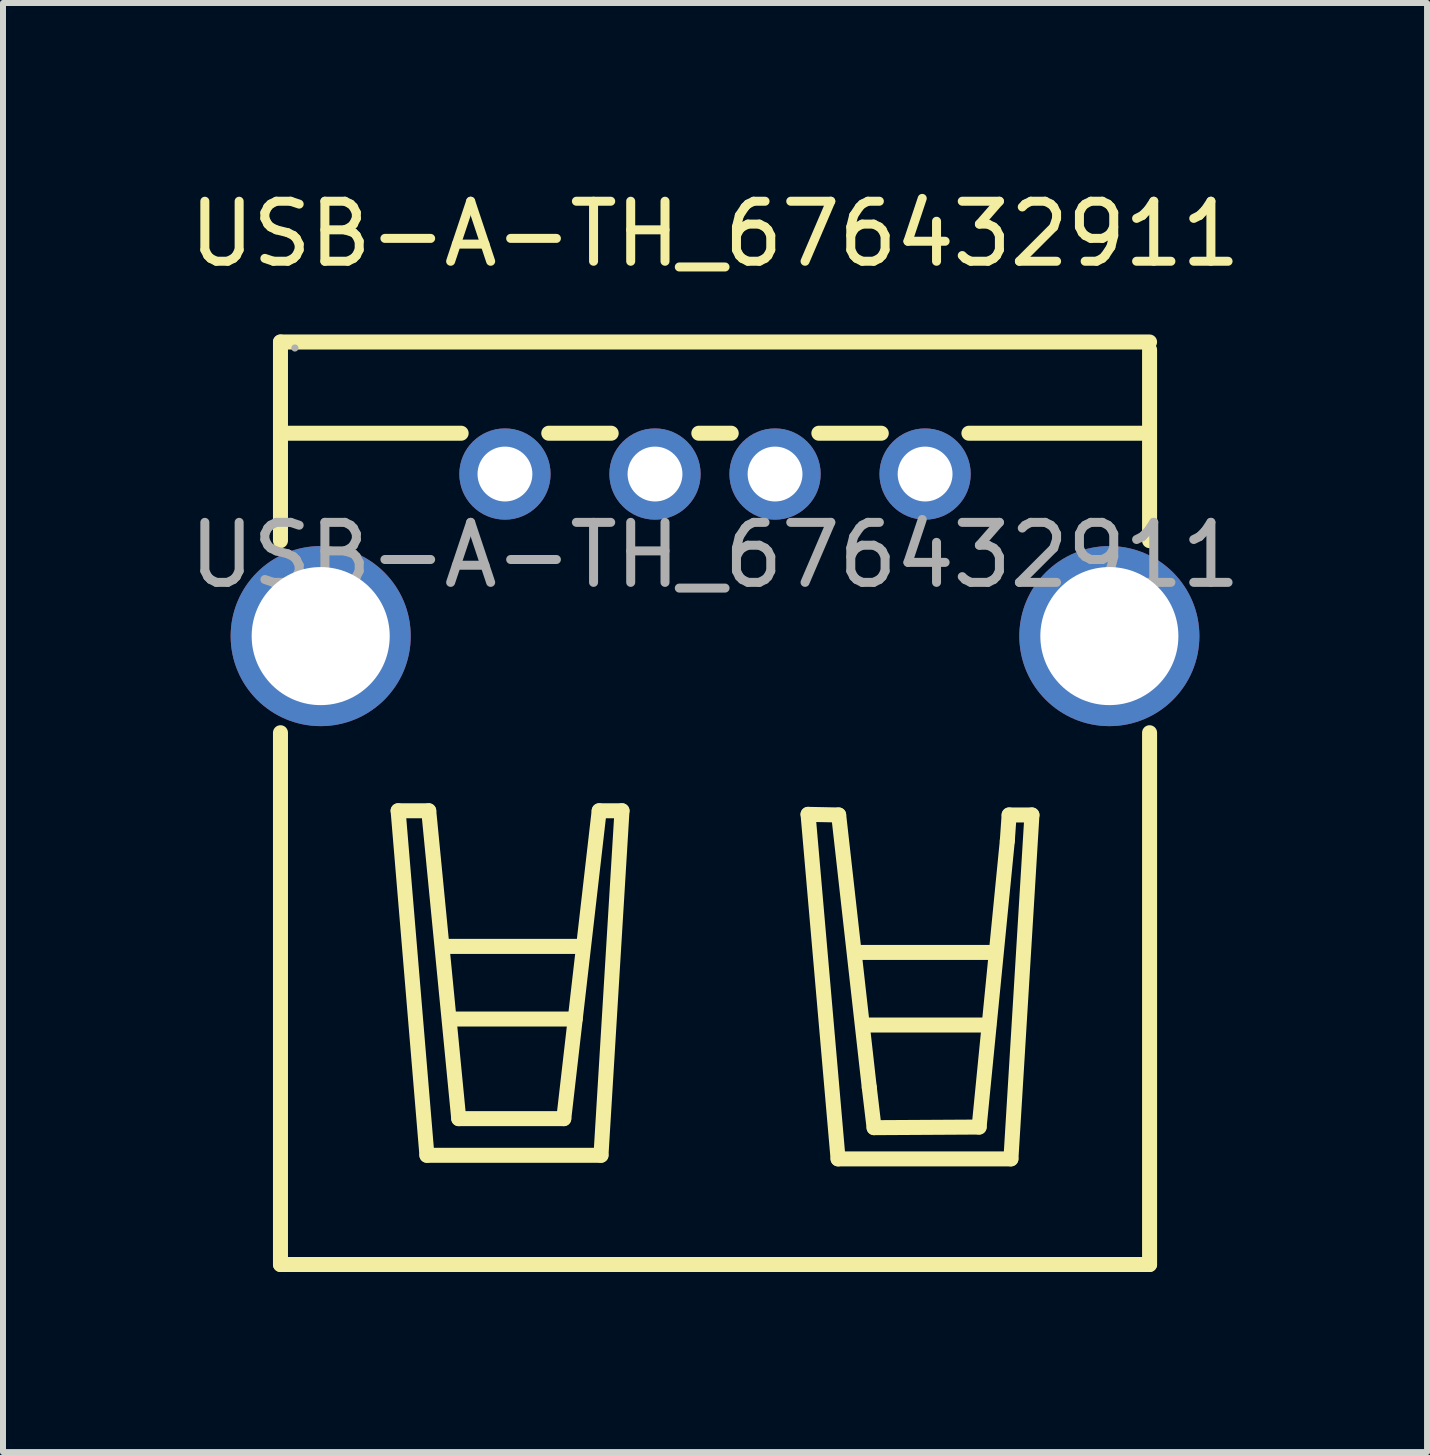
<source format=kicad_pcb>
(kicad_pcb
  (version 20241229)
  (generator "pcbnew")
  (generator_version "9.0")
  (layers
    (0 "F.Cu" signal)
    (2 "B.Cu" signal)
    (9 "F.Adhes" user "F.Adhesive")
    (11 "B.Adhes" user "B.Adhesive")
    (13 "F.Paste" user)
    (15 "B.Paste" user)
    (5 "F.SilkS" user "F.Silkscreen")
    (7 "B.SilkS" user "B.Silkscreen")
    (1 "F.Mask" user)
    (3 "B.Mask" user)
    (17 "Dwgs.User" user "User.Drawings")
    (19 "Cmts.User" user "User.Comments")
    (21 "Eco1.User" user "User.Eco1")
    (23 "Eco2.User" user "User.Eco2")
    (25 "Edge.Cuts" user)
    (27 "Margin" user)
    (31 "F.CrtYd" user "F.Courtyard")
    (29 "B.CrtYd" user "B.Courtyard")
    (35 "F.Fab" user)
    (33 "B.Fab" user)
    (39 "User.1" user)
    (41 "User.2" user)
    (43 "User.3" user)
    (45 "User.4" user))
  (footprint "USB-A-TH_676432911"
    (layer "F.Cu")
    (at 8.863 6.198)
    (property "Reference" "USB-A-TH_676432911" (at 0 -5.35 0) (layer "F.SilkS") (effects (font (size 1 1) (thickness 0.15))))
    (attr through_hole)
    (fp_line (start -7.24 -3.55) (end -7.24 -0.24) (stroke (width 0.25) (type solid)) (layer "F.SilkS"))
    (fp_line (start -7.24 -3.55) (end 7.24 -3.55) (stroke (width 0.25) (type solid)) (layer "F.SilkS"))
    (fp_line (start -7.24 -2.03) (end -4.23 -2.03) (stroke (width 0.25) (type solid)) (layer "F.SilkS"))
    (fp_line (start -7.24 2.96) (end -7.24 11.82) (stroke (width 0.25) (type solid)) (layer "F.SilkS"))
    (fp_line (start -7.24 11.82) (end 7.24 11.82) (stroke (width 0.25) (type solid)) (layer "F.SilkS"))
    (fp_line (start -5.28 4.26) (end -4.77 4.26) (stroke (width 0.25) (type solid)) (layer "F.SilkS"))
    (fp_line (start -4.8 10) (end -5.28 4.26) (stroke (width 0.25) (type solid)) (layer "F.SilkS"))
    (fp_line (start -4.77 4.26) (end -4.27 9.39) (stroke (width 0.25) (type solid)) (layer "F.SilkS"))
    (fp_line (start -4.5 6.52) (end -2.24 6.52) (stroke (width 0.25) (type solid)) (layer "F.SilkS"))
    (fp_line (start -4.36 7.73) (end -2.33 7.73) (stroke (width 0.25) (type solid)) (layer "F.SilkS"))
    (fp_line (start -4.27 9.39) (end -2.52 9.39) (stroke (width 0.25) (type solid)) (layer "F.SilkS"))
    (fp_line (start -2.77 -2.03) (end -1.73 -2.03) (stroke (width 0.25) (type solid)) (layer "F.SilkS"))
    (fp_line (start -2.52 9.39) (end -1.93 4.26) (stroke (width 0.25) (type solid)) (layer "F.SilkS"))
    (fp_line (start -1.93 4.26) (end -1.55 4.26) (stroke (width 0.25) (type solid)) (layer "F.SilkS"))
    (fp_line (start -1.9 10) (end -4.8 10) (stroke (width 0.25) (type solid)) (layer "F.SilkS"))
    (fp_line (start -1.55 4.26) (end -1.9 10) (stroke (width 0.25) (type solid)) (layer "F.SilkS"))
    (fp_line (start -0.27 -2.03) (end 0.27 -2.03) (stroke (width 0.25) (type solid)) (layer "F.SilkS"))
    (fp_line (start 1.55 4.32) (end 2.06 4.33) (stroke (width 0.25) (type solid)) (layer "F.SilkS"))
    (fp_line (start 1.73 -2.03) (end 2.77 -2.03) (stroke (width 0.25) (type solid)) (layer "F.SilkS"))
    (fp_line (start 2.05 10.06) (end 1.55 4.32) (stroke (width 0.25) (type solid)) (layer "F.SilkS"))
    (fp_line (start 2.06 4.33) (end 2.57 8.87) (stroke (width 0.25) (type solid)) (layer "F.SilkS"))
    (fp_line (start 2.39 6.62) (end 4.65 6.62) (stroke (width 0.25) (type solid)) (layer "F.SilkS"))
    (fp_line (start 2.53 7.83) (end 4.56 7.83) (stroke (width 0.25) (type solid)) (layer "F.SilkS"))
    (fp_line (start 2.57 8.87) (end 2.65 9.54) (stroke (width 0.25) (type solid)) (layer "F.SilkS"))
    (fp_line (start 2.65 9.54) (end 4.4 9.53) (stroke (width 0.25) (type solid)) (layer "F.SilkS"))
    (fp_line (start 4.23 -2.03) (end 7.11 -2.03) (stroke (width 0.25) (type solid)) (layer "F.SilkS"))
    (fp_line (start 4.4 9.53) (end 4.87 4.76) (stroke (width 0.25) (type solid)) (layer "F.SilkS"))
    (fp_line (start 4.87 4.76) (end 4.9 4.33) (stroke (width 0.25) (type solid)) (layer "F.SilkS"))
    (fp_line (start 4.9 4.33) (end 5.28 4.33) (stroke (width 0.25) (type solid)) (layer "F.SilkS"))
    (fp_line (start 4.93 10.06) (end 2.05 10.06) (stroke (width 0.25) (type solid)) (layer "F.SilkS"))
    (fp_line (start 5.28 4.33) (end 4.93 10.06) (stroke (width 0.25) (type solid)) (layer "F.SilkS"))
    (fp_line (start 7.24 -0.24) (end 7.24 -3.42) (stroke (width 0.25) (type solid)) (layer "F.SilkS"))
    (fp_line (start 7.24 11.82) (end 7.24 2.96) (stroke (width 0.25) (type solid)) (layer "F.SilkS"))
    (fp_circle (center -7 -3.45) (end -6.97 -3.45) (stroke (width 0.06) (type solid)) (fill no) (layer "F.Fab"))
    (fp_text user "${REFERENCE}" (at 0 0 0) (layer "F.Fab") (effects (font (size 1 1) (thickness 0.15))))
    (pad "1" thru_hole circle (at -3.5 -1.35) (size 1.52 1.52) (drill 0.914) (layers "*.Cu" "*.Mask"))
    (pad "2" thru_hole circle (at -1 -1.35) (size 1.52 1.52) (drill 0.914) (layers "*.Cu" "*.Mask"))
    (pad "3" thru_hole circle (at 1 -1.35) (size 1.52 1.52) (drill 0.914) (layers "*.Cu" "*.Mask"))
    (pad "4" thru_hole circle (at 3.5 -1.35) (size 1.52 1.52) (drill 0.914) (layers "*.Cu" "*.Mask"))
    (pad "5" thru_hole circle (at -6.57 1.35) (size 3 3) (drill 2.3) (layers "*.Cu" "*.Mask"))
    (pad "6" thru_hole circle (at 6.57 1.35) (size 3 3) (drill 2.3) (layers "*.Cu" "*.Mask")))
  (gr_rect
    (start -3 -3)
    (end 20.726 21.143)
    (stroke (width 0.1) (type default))
    (fill no)
    (layer "Edge.Cuts")))
</source>
